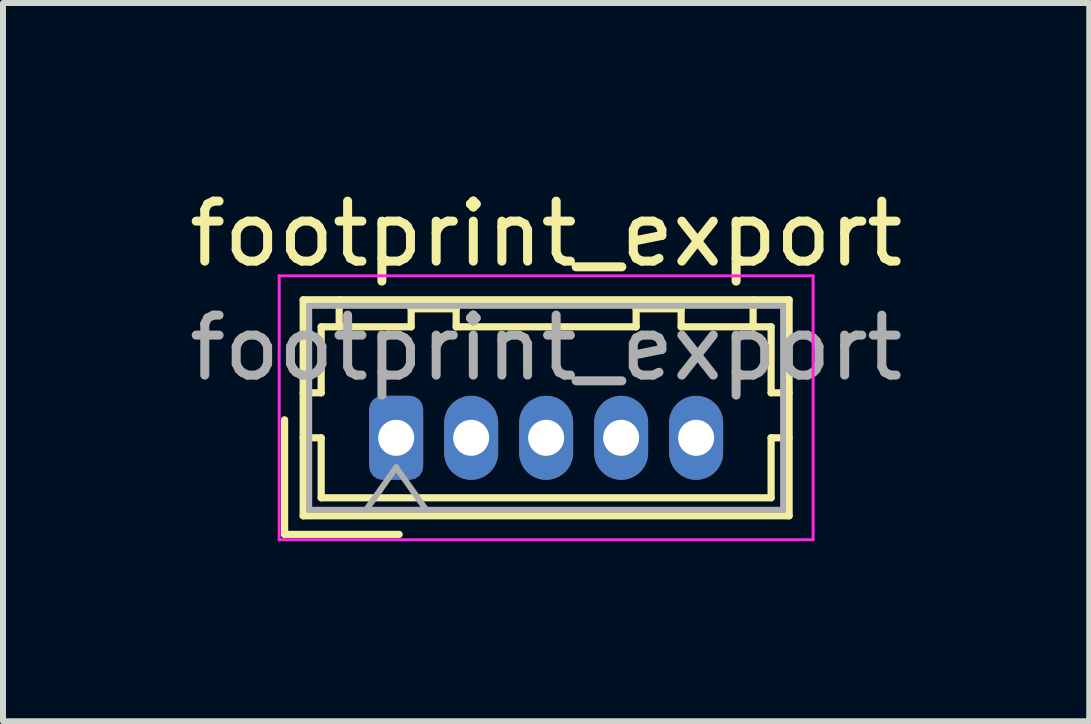
<source format=kicad_pcb>
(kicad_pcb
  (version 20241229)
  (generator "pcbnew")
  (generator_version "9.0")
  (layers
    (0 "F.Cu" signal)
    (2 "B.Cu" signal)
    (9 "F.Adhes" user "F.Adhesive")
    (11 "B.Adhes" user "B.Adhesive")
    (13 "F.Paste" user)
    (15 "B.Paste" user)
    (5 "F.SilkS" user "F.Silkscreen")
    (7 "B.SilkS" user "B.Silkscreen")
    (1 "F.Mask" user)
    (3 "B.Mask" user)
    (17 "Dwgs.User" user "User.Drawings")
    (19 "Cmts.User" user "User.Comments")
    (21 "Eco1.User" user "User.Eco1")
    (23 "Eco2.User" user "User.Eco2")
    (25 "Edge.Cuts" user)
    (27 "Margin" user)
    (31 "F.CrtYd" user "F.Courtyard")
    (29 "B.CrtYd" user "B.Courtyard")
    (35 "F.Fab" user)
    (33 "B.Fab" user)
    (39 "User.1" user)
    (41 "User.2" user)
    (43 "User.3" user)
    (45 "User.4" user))
  (footprint "footprint_export"
    (layer "F.Cu")
    (at 3.554 4.248)
    (property "Reference" "footprint_export" (at 2.5 -3.4 0) (layer "F.SilkS") (effects (font (size 1 1) (thickness 0.15))))
    (attr through_hole)
    (fp_line (start -1.86 -0.3) (end -1.86 1.61) (stroke (width 0.12) (type solid)) (layer "F.SilkS"))
    (fp_line (start -1.86 1.61) (end 0.05 1.61) (stroke (width 0.12) (type solid)) (layer "F.SilkS"))
    (fp_line (start -1.55 -2.3) (end -1.55 1.3) (stroke (width 0.12) (type solid)) (layer "F.SilkS"))
    (fp_line (start -1.55 -0.75) (end -1.25 -0.75) (stroke (width 0.12) (type solid)) (layer "F.SilkS"))
    (fp_line (start -1.55 0) (end -1.25 0) (stroke (width 0.12) (type solid)) (layer "F.SilkS"))
    (fp_line (start -1.55 1.3) (end 6.55 1.3) (stroke (width 0.12) (type solid)) (layer "F.SilkS"))
    (fp_line (start -1.25 -1.85) (end -0.95 -1.85) (stroke (width 0.12) (type solid)) (layer "F.SilkS"))
    (fp_line (start -1.25 -0.75) (end -1.25 -1.85) (stroke (width 0.12) (type solid)) (layer "F.SilkS"))
    (fp_line (start -1.25 0) (end -1.25 1) (stroke (width 0.12) (type solid)) (layer "F.SilkS"))
    (fp_line (start -1.25 1) (end 6.25 1) (stroke (width 0.12) (type solid)) (layer "F.SilkS"))
    (fp_line (start -0.95 -1.85) (end -0.95 -2.3) (stroke (width 0.12) (type solid)) (layer "F.SilkS"))
    (fp_line (start -0.95 -1.85) (end 0.25 -1.85) (stroke (width 0.12) (type solid)) (layer "F.SilkS"))
    (fp_line (start 0.25 -2.15) (end 1 -2.15) (stroke (width 0.12) (type solid)) (layer "F.SilkS"))
    (fp_line (start 0.25 -1.85) (end 0.25 -2.15) (stroke (width 0.12) (type solid)) (layer "F.SilkS"))
    (fp_line (start 1 -2.15) (end 1 -1.85) (stroke (width 0.12) (type solid)) (layer "F.SilkS"))
    (fp_line (start 1 -1.85) (end 4 -1.85) (stroke (width 0.12) (type solid)) (layer "F.SilkS"))
    (fp_line (start 4 -2.15) (end 4.75 -2.15) (stroke (width 0.12) (type solid)) (layer "F.SilkS"))
    (fp_line (start 4 -1.85) (end 4 -2.15) (stroke (width 0.12) (type solid)) (layer "F.SilkS"))
    (fp_line (start 4.75 -2.15) (end 4.75 -1.85) (stroke (width 0.12) (type solid)) (layer "F.SilkS"))
    (fp_line (start 4.75 -1.85) (end 5.95 -1.85) (stroke (width 0.12) (type solid)) (layer "F.SilkS"))
    (fp_line (start 5.95 -1.85) (end 5.95 -2.3) (stroke (width 0.12) (type solid)) (layer "F.SilkS"))
    (fp_line (start 6.25 -1.85) (end 5.95 -1.85) (stroke (width 0.12) (type solid)) (layer "F.SilkS"))
    (fp_line (start 6.25 -0.75) (end 6.25 -1.85) (stroke (width 0.12) (type solid)) (layer "F.SilkS"))
    (fp_line (start 6.25 0) (end 6.55 0) (stroke (width 0.12) (type solid)) (layer "F.SilkS"))
    (fp_line (start 6.25 1) (end 6.25 0) (stroke (width 0.12) (type solid)) (layer "F.SilkS"))
    (fp_line (start 6.55 -2.3) (end -1.55 -2.3) (stroke (width 0.12) (type solid)) (layer "F.SilkS"))
    (fp_line (start 6.55 -0.75) (end 6.25 -0.75) (stroke (width 0.12) (type solid)) (layer "F.SilkS"))
    (fp_line (start 6.55 1.3) (end 6.55 -2.3) (stroke (width 0.12) (type solid)) (layer "F.SilkS"))
    (fp_line (start -1.95 -2.7) (end -1.95 1.7) (stroke (width 0.05) (type solid)) (layer "F.CrtYd"))
    (fp_line (start -1.95 1.7) (end 6.95 1.7) (stroke (width 0.05) (type solid)) (layer "F.CrtYd"))
    (fp_line (start 6.95 -2.7) (end -1.95 -2.7) (stroke (width 0.05) (type solid)) (layer "F.CrtYd"))
    (fp_line (start 6.95 1.7) (end 6.95 -2.7) (stroke (width 0.05) (type solid)) (layer "F.CrtYd"))
    (fp_line (start -1.45 -2.2) (end -1.45 1.2) (stroke (width 0.1) (type solid)) (layer "F.Fab"))
    (fp_line (start -1.45 1.2) (end 6.45 1.2) (stroke (width 0.1) (type solid)) (layer "F.Fab"))
    (fp_line (start -0.5 1.2) (end 0 0.493) (stroke (width 0.1) (type solid)) (layer "F.Fab"))
    (fp_line (start 0 0.493) (end 0.5 1.2) (stroke (width 0.1) (type solid)) (layer "F.Fab"))
    (fp_line (start 6.45 -2.2) (end -1.45 -2.2) (stroke (width 0.1) (type solid)) (layer "F.Fab"))
    (fp_line (start 6.45 1.2) (end 6.45 -2.2) (stroke (width 0.1) (type solid)) (layer "F.Fab"))
    (fp_text user "${REFERENCE}" (at 2.5 -1.5 0) (layer "F.Fab") (effects (font (size 1 1) (thickness 0.15))))
    (pad "1" thru_hole roundrect (at 0 0) (size 0.9 1.4) (drill 0.6) (layers "*.Cu" "*.Mask") (roundrect_rratio 0.25))
    (pad "2" thru_hole oval (at 1.25 0) (size 0.9 1.4) (drill 0.6) (layers "*.Cu" "*.Mask"))
    (pad "3" thru_hole oval (at 2.5 0) (size 0.9 1.4) (drill 0.6) (layers "*.Cu" "*.Mask"))
    (pad "4" thru_hole oval (at 3.75 0) (size 0.9 1.4) (drill 0.6) (layers "*.Cu" "*.Mask"))
    (pad "5" thru_hole oval (at 5 0) (size 0.9 1.4) (drill 0.6) (layers "*.Cu" "*.Mask")))
  (gr_rect
    (start -3 -3)
    (end 15.107 8.973)
    (stroke (width 0.1) (type default))
    (fill no)
    (layer "Edge.Cuts")))
</source>
